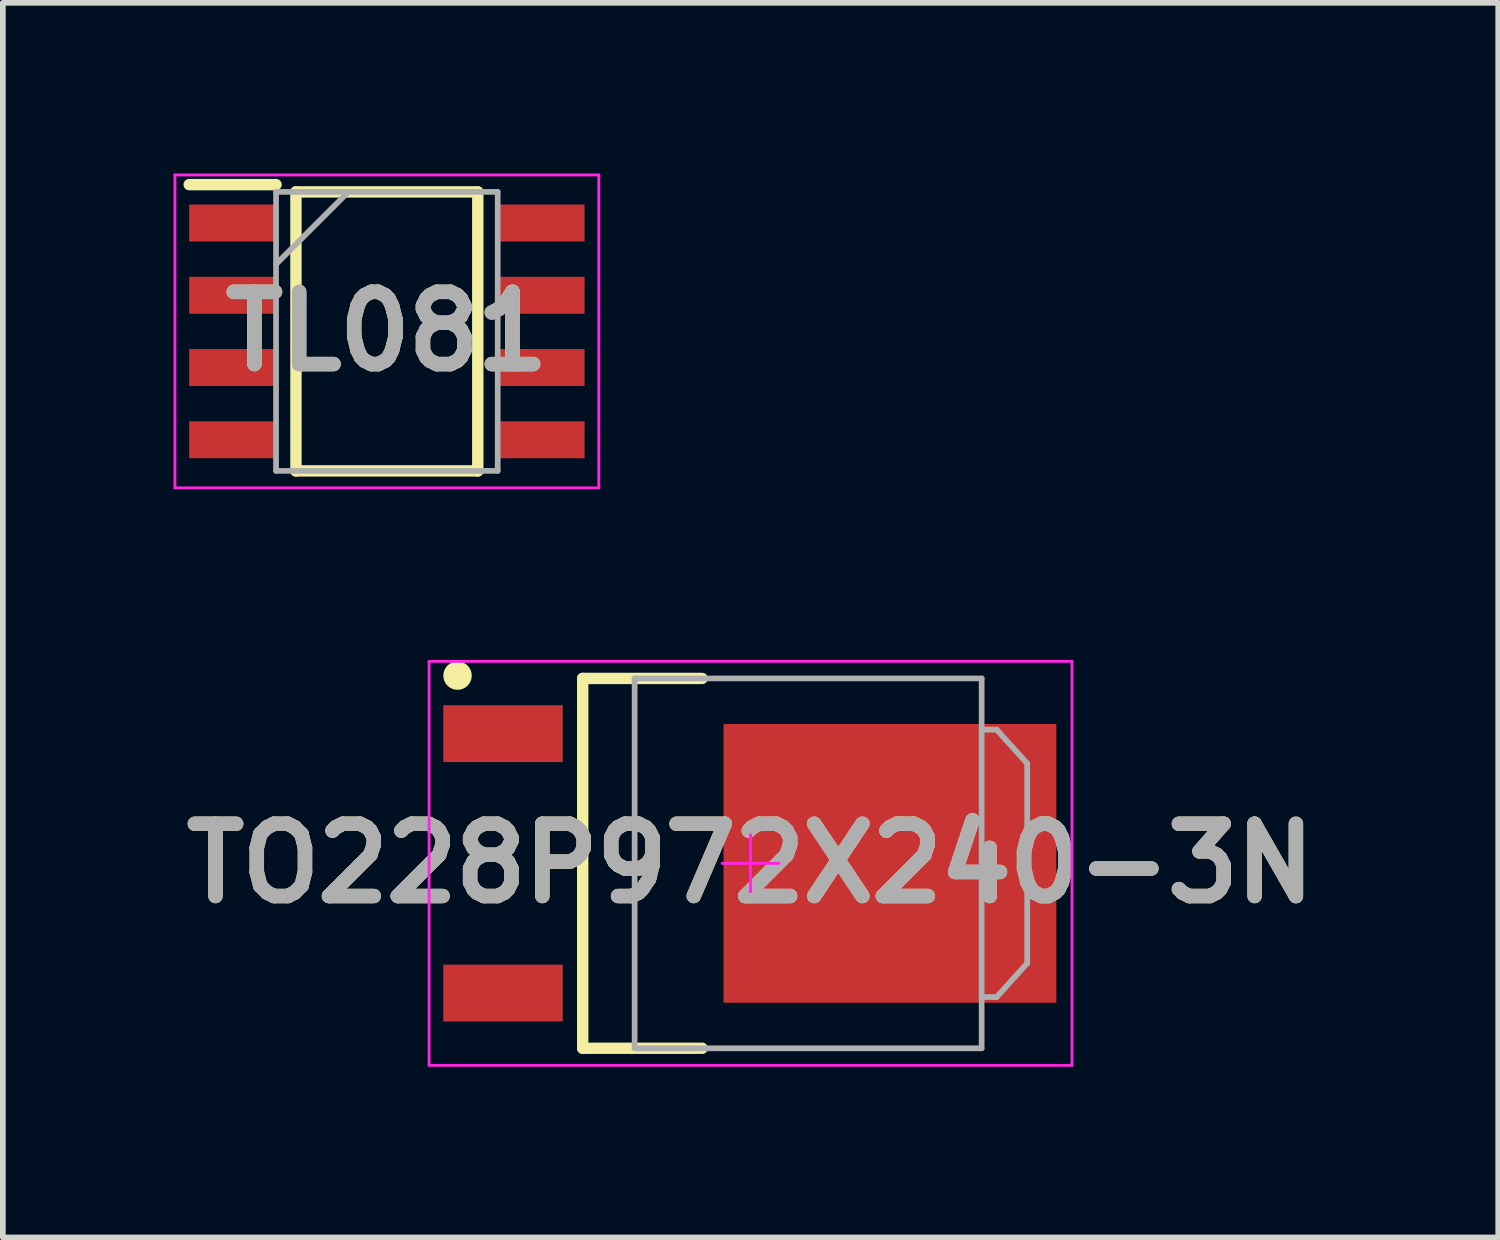
<source format=kicad_pcb>
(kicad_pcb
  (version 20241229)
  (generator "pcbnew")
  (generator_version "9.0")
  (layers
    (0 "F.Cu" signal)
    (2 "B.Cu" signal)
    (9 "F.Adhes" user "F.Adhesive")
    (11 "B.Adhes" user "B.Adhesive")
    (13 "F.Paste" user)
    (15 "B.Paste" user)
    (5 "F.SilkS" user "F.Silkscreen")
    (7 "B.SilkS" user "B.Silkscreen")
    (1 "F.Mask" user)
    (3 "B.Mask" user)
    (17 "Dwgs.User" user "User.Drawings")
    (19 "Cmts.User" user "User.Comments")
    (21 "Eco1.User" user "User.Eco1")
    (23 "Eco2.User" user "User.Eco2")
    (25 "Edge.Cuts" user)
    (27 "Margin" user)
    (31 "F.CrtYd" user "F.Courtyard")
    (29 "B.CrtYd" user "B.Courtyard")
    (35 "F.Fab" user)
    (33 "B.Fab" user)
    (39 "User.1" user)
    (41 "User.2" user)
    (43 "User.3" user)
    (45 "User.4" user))
  (footprint "TL081"
    (layer "F.Cu")
    (at 3.75 2.775)
    (property "Reference" "TL081" (at 0 0 0) (layer "F.SilkS") (effects (font (size 1.27 1.27) (thickness 0.254))))
    (attr smd)
    (fp_line (start -3.475 -2.58) (end -1.948 -2.58) (stroke (width 0.2) (type solid)) (layer "F.SilkS"))
    (fp_line (start -1.598 -2.452) (end 1.598 -2.452) (stroke (width 0.2) (type solid)) (layer "F.SilkS"))
    (fp_line (start -1.598 2.452) (end -1.598 -2.452) (stroke (width 0.2) (type solid)) (layer "F.SilkS"))
    (fp_line (start 1.598 -2.452) (end 1.598 2.452) (stroke (width 0.2) (type solid)) (layer "F.SilkS"))
    (fp_line (start 1.598 2.452) (end -1.598 2.452) (stroke (width 0.2) (type solid)) (layer "F.SilkS"))
    (fp_line (start -3.725 -2.75) (end 3.725 -2.75) (stroke (width 0.05) (type solid)) (layer "F.CrtYd"))
    (fp_line (start -3.725 2.75) (end -3.725 -2.75) (stroke (width 0.05) (type solid)) (layer "F.CrtYd"))
    (fp_line (start 3.725 -2.75) (end 3.725 2.75) (stroke (width 0.05) (type solid)) (layer "F.CrtYd"))
    (fp_line (start 3.725 2.75) (end -3.725 2.75) (stroke (width 0.05) (type solid)) (layer "F.CrtYd"))
    (fp_line (start -1.948 -2.452) (end 1.948 -2.452) (stroke (width 0.1) (type solid)) (layer "F.Fab"))
    (fp_line (start -1.948 -1.182) (end -0.678 -2.452) (stroke (width 0.1) (type solid)) (layer "F.Fab"))
    (fp_line (start -1.948 2.452) (end -1.948 -2.452) (stroke (width 0.1) (type solid)) (layer "F.Fab"))
    (fp_line (start 1.948 -2.452) (end 1.948 2.452) (stroke (width 0.1) (type solid)) (layer "F.Fab"))
    (fp_line (start 1.948 2.452) (end -1.948 2.452) (stroke (width 0.1) (type solid)) (layer "F.Fab"))
    (fp_text user "${REFERENCE}" (at 0 0 0) (layer "F.Fab") (effects (font (size 1.27 1.27) (thickness 0.254))))
    (pad "1" smd rect (at -2.711 -1.905 90) (size 0.65 1.528) (layers "F.Cu" "F.Mask" "F.Paste"))
    (pad "2" smd rect (at -2.711 -0.635 90) (size 0.65 1.528) (layers "F.Cu" "F.Mask" "F.Paste"))
    (pad "3" smd rect (at -2.711 0.635 90) (size 0.65 1.528) (layers "F.Cu" "F.Mask" "F.Paste"))
    (pad "4" smd rect (at -2.711 1.905 90) (size 0.65 1.528) (layers "F.Cu" "F.Mask" "F.Paste"))
    (pad "5" smd rect (at 2.711 1.905 90) (size 0.65 1.528) (layers "F.Cu" "F.Mask" "F.Paste"))
    (pad "6" smd rect (at 2.711 0.635 90) (size 0.65 1.528) (layers "F.Cu" "F.Mask" "F.Paste"))
    (pad "7" smd rect (at 2.711 -0.635 90) (size 0.65 1.528) (layers "F.Cu" "F.Mask" "F.Paste"))
    (pad "8" smd rect (at 2.711 -1.905 90) (size 0.65 1.528) (layers "F.Cu" "F.Mask" "F.Paste")))
  (footprint "TO228P972X240-3N"
    (layer "F.Cu")
    (at 10.142 12.125)
    (property "Reference" "TO228P972X240-3N" (at 0 0 0) (layer "F.SilkS") (effects (font (size 1.27 1.27) (thickness 0.254))))
    (attr smd)
    (fp_line (start -2.95 -3.25) (end -0.85 -3.25) (stroke (width 0.2) (type solid)) (layer "F.SilkS"))
    (fp_line (start -2.95 3.25) (end -2.95 -3.25) (stroke (width 0.2) (type solid)) (layer "F.SilkS"))
    (fp_line (start -0.85 3.25) (end -2.95 3.25) (stroke (width 0.2) (type solid)) (layer "F.SilkS"))
    (fp_circle (center -5.15 -3.3) (end -5.15 -3.175) (stroke (width 0.25) (type solid)) (fill no) (layer "F.SilkS"))
    (fp_line (start -5.65 -3.55) (end -5.65 3.55) (stroke (width 0.05) (type solid)) (layer "F.CrtYd"))
    (fp_line (start -5.65 3.55) (end 5.65 3.55) (stroke (width 0.05) (type solid)) (layer "F.CrtYd"))
    (fp_line (start -2.088 -3.3) (end -2.088 3.3) (stroke (width 0.001) (type solid)) (layer "F.CrtYd"))
    (fp_line (start -2.088 3.3) (end 4.112 3.3) (stroke (width 0.001) (type solid)) (layer "F.CrtYd"))
    (fp_line (start -0.5 0) (end 0.5 0) (stroke (width 0.05) (type solid)) (layer "F.CrtYd"))
    (fp_line (start 0 0.5) (end 0 -0.5) (stroke (width 0.05) (type solid)) (layer "F.CrtYd"))
    (fp_line (start 4.112 -3.3) (end -2.088 -3.3) (stroke (width 0.001) (type solid)) (layer "F.CrtYd"))
    (fp_line (start 4.112 3.3) (end 4.112 -3.3) (stroke (width 0.001) (type solid)) (layer "F.CrtYd"))
    (fp_line (start 5.65 -3.55) (end -5.65 -3.55) (stroke (width 0.05) (type solid)) (layer "F.CrtYd"))
    (fp_line (start 5.65 3.55) (end 5.65 -3.55) (stroke (width 0.05) (type solid)) (layer "F.CrtYd"))
    (fp_line (start -2.037 -3.25) (end -2.037 3.25) (stroke (width 0.1) (type solid)) (layer "F.Fab"))
    (fp_line (start -2.037 3.25) (end 4.062 3.25) (stroke (width 0.1) (type solid)) (layer "F.Fab"))
    (fp_line (start 4.062 -3.25) (end -2.037 -3.25) (stroke (width 0.1) (type solid)) (layer "F.Fab"))
    (fp_line (start 4.062 2.35) (end 4.326 2.35) (stroke (width 0.1) (type solid)) (layer "F.Fab"))
    (fp_line (start 4.062 3.25) (end 4.062 -3.25) (stroke (width 0.1) (type solid)) (layer "F.Fab"))
    (fp_line (start 4.326 2.35) (end 4.863 1.756) (stroke (width 0.1) (type solid)) (layer "F.Fab"))
    (fp_line (start 4.327 -2.35) (end 4.063 -2.35) (stroke (width 0.1) (type solid)) (layer "F.Fab"))
    (fp_line (start 4.863 -1.756) (end 4.327 -2.35) (stroke (width 0.1) (type solid)) (layer "F.Fab"))
    (fp_line (start 4.863 1.756) (end 4.863 -1.756) (stroke (width 0.1) (type solid)) (layer "F.Fab"))
    (fp_text user "${REFERENCE}" (at 0 0 0) (layer "F.Fab") (effects (font (size 1.27 1.27) (thickness 0.254))))
    (pad "1" smd rect (at -4.35 -2.28 90) (size 1 2.1) (layers "F.Cu" "F.Mask" "F.Paste"))
    (pad "2" smd rect (at 2.45 0 90) (size 4.9 5.85) (layers "F.Cu" "F.Mask" "F.Paste"))
    (pad "3" smd rect (at -4.35 2.28 90) (size 1 2.1) (layers "F.Cu" "F.Mask" "F.Paste")))
  (gr_rect
    (start -3 -3)
    (end 23.284 18.7)
    (stroke (width 0.1) (type default))
    (fill no)
    (layer "Edge.Cuts")))
</source>
